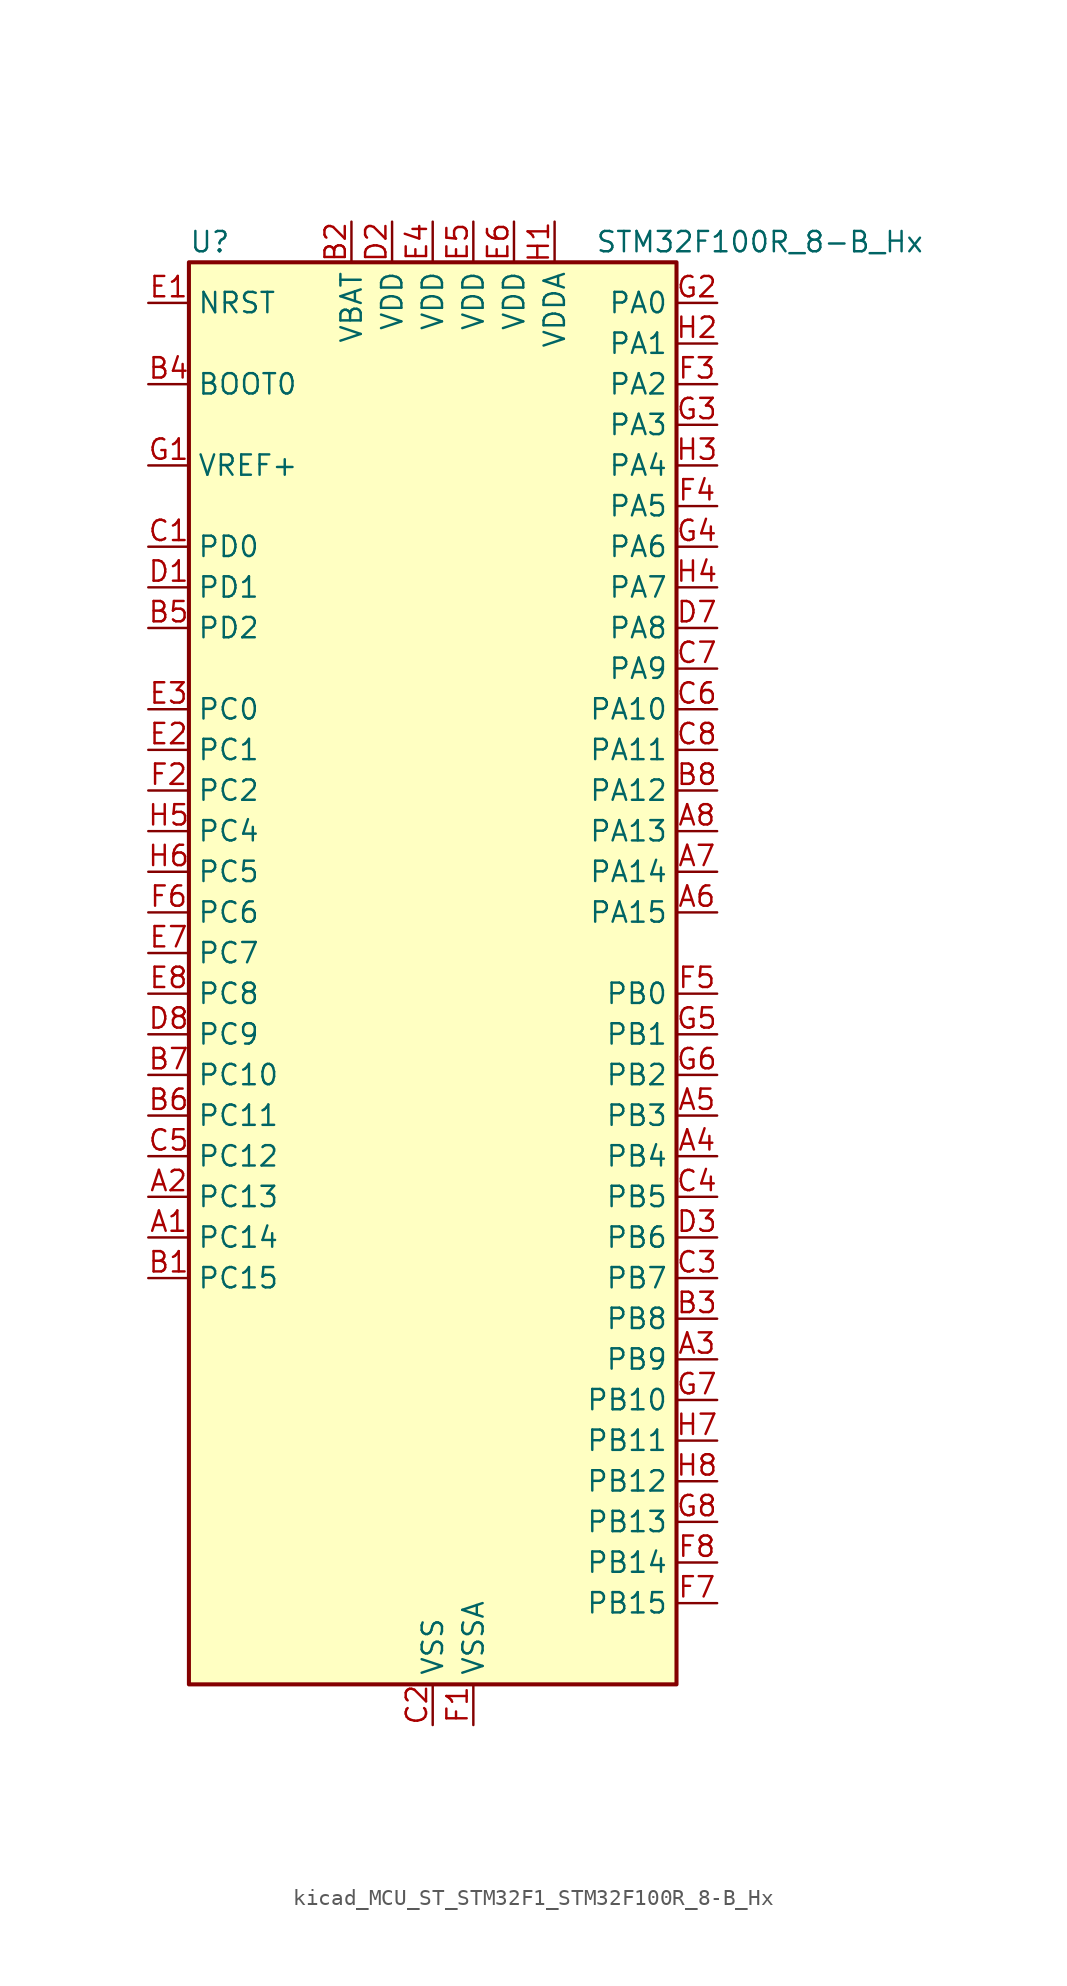
<source format=kicad_sym>
(kicad_symbol_lib
  (version 20220914)
  (generator kicad_symbol_editor)
  (symbol "kicad_MCU_ST_STM32F1_STM32F100R_8-B_Hx"
    (property "Reference" "U"
      (at -15.24 46.99 0)
      (effects (font (size 1.27 1.27)) (justify left)))
    (property "Value" "STM32F100R_8-B_Hx"
      (at 10.16 46.99 0)
      (effects (font (size 1.27 1.27)) (justify left)))
    (property "ki_locked" ""
      (at 0 0 0)
      (effects (font (size 1.27 1.27))))
    (symbol "kicad_MCU_ST_STM32F1_STM32F100R_8-B_Hx_0_1"
      (rectangle (start -15.24 -43.18) (end 15.24 45.72) (stroke (width 0.254) (type default)) (fill (type background))))
    (symbol "kicad_MCU_ST_STM32F1_STM32F100R_8-B_Hx_1_1"
      (pin bidirectional line (at -17.78 -15.24 0) (length 2.54) (name "PC14" (effects (font (size 1.27 1.27)))) (number "A1" (effects (font (size 1.27 1.27)))) (alternate "RCC_OSC32_IN" bidirectional line))
      (pin bidirectional line (at -17.78 -12.7 0) (length 2.54) (name "PC13" (effects (font (size 1.27 1.27)))) (number "A2" (effects (font (size 1.27 1.27)))) (alternate "RTC_OUT" bidirectional line) (alternate "RTC_TAMPER" bidirectional line))
      (pin bidirectional line (at 17.78 -22.86 180) (length 2.54) (name "PB9" (effects (font (size 1.27 1.27)))) (number "A3" (effects (font (size 1.27 1.27)))) (alternate "DAC_EXTI9" bidirectional line) (alternate "I2C1_SDA" bidirectional line) (alternate "TIM17_CH1" bidirectional line) (alternate "TIM4_CH4" bidirectional line))
      (pin bidirectional line (at 17.78 -10.16 180) (length 2.54) (name "PB4" (effects (font (size 1.27 1.27)))) (number "A4" (effects (font (size 1.27 1.27)))) (alternate "SPI1_MISO" bidirectional line) (alternate "SYS_NJTRST" bidirectional line) (alternate "TIM3_CH1" bidirectional line))
      (pin bidirectional line (at 17.78 -7.62 180) (length 2.54) (name "PB3" (effects (font (size 1.27 1.27)))) (number "A5" (effects (font (size 1.27 1.27)))) (alternate "SPI1_SCK" bidirectional line) (alternate "SYS_JTDO-TRACESWO" bidirectional line) (alternate "TIM2_CH2" bidirectional line))
      (pin bidirectional line (at 17.78 5.08 180) (length 2.54) (name "PA15" (effects (font (size 1.27 1.27)))) (number "A6" (effects (font (size 1.27 1.27)))) (alternate "ADC1_EXTI15" bidirectional line) (alternate "SPI1_NSS" bidirectional line) (alternate "SYS_JTDI" bidirectional line) (alternate "TIM2_CH1" bidirectional line) (alternate "TIM2_ETR" bidirectional line))
      (pin bidirectional line (at 17.78 7.62 180) (length 2.54) (name "PA14" (effects (font (size 1.27 1.27)))) (number "A7" (effects (font (size 1.27 1.27)))) (alternate "SYS_JTCK-SWCLK" bidirectional line))
      (pin bidirectional line (at 17.78 10.16 180) (length 2.54) (name "PA13" (effects (font (size 1.27 1.27)))) (number "A8" (effects (font (size 1.27 1.27)))) (alternate "SYS_JTMS-SWDIO" bidirectional line))
      (pin bidirectional line (at -17.78 -17.78 0) (length 2.54) (name "PC15" (effects (font (size 1.27 1.27)))) (number "B1" (effects (font (size 1.27 1.27)))) (alternate "ADC1_EXTI15" bidirectional line) (alternate "RCC_OSC32_OUT" bidirectional line))
      (pin power_in line (at -5.08 48.26 270) (length 2.54) (name "VBAT" (effects (font (size 1.27 1.27)))) (number "B2" (effects (font (size 1.27 1.27)))))
      (pin bidirectional line (at 17.78 -20.32 180) (length 2.54) (name "PB8" (effects (font (size 1.27 1.27)))) (number "B3" (effects (font (size 1.27 1.27)))) (alternate "CEC" bidirectional line) (alternate "I2C1_SCL" bidirectional line) (alternate "TIM16_CH1" bidirectional line) (alternate "TIM4_CH3" bidirectional line))
      (pin input line (at -17.78 38.1 0) (length 2.54) (name "BOOT0" (effects (font (size 1.27 1.27)))) (number "B4" (effects (font (size 1.27 1.27)))))
      (pin bidirectional line (at -17.78 22.86 0) (length 2.54) (name "PD2" (effects (font (size 1.27 1.27)))) (number "B5" (effects (font (size 1.27 1.27)))) (alternate "TIM3_ETR" bidirectional line))
      (pin bidirectional line (at -17.78 -7.62 0) (length 2.54) (name "PC11" (effects (font (size 1.27 1.27)))) (number "B6" (effects (font (size 1.27 1.27)))) (alternate "ADC1_EXTI11" bidirectional line) (alternate "USART3_RX" bidirectional line))
      (pin bidirectional line (at -17.78 -5.08 0) (length 2.54) (name "PC10" (effects (font (size 1.27 1.27)))) (number "B7" (effects (font (size 1.27 1.27)))) (alternate "USART3_TX" bidirectional line))
      (pin bidirectional line (at 17.78 12.7 180) (length 2.54) (name "PA12" (effects (font (size 1.27 1.27)))) (number "B8" (effects (font (size 1.27 1.27)))) (alternate "TIM1_ETR" bidirectional line) (alternate "USART1_RTS" bidirectional line))
      (pin bidirectional line (at -17.78 27.94 0) (length 2.54) (name "PD0" (effects (font (size 1.27 1.27)))) (number "C1" (effects (font (size 1.27 1.27)))) (alternate "RCC_OSC_IN" bidirectional line))
      (pin power_in line (at 0 -45.72 90) (length 2.54) (name "VSS" (effects (font (size 1.27 1.27)))) (number "C2" (effects (font (size 1.27 1.27)))))
      (pin bidirectional line (at 17.78 -17.78 180) (length 2.54) (name "PB7" (effects (font (size 1.27 1.27)))) (number "C3" (effects (font (size 1.27 1.27)))) (alternate "I2C1_SDA" bidirectional line) (alternate "TIM17_CH1N" bidirectional line) (alternate "TIM4_CH2" bidirectional line) (alternate "USART1_RX" bidirectional line))
      (pin bidirectional line (at 17.78 -12.7 180) (length 2.54) (name "PB5" (effects (font (size 1.27 1.27)))) (number "C4" (effects (font (size 1.27 1.27)))) (alternate "I2C1_SMBA" bidirectional line) (alternate "SPI1_MOSI" bidirectional line) (alternate "TIM16_BKIN" bidirectional line) (alternate "TIM3_CH2" bidirectional line))
      (pin bidirectional line (at -17.78 -10.16 0) (length 2.54) (name "PC12" (effects (font (size 1.27 1.27)))) (number "C5" (effects (font (size 1.27 1.27)))) (alternate "USART3_CK" bidirectional line))
      (pin bidirectional line (at 17.78 17.78 180) (length 2.54) (name "PA10" (effects (font (size 1.27 1.27)))) (number "C6" (effects (font (size 1.27 1.27)))) (alternate "TIM17_BKIN" bidirectional line) (alternate "TIM1_CH3" bidirectional line) (alternate "USART1_RX" bidirectional line))
      (pin bidirectional line (at 17.78 20.32 180) (length 2.54) (name "PA9" (effects (font (size 1.27 1.27)))) (number "C7" (effects (font (size 1.27 1.27)))) (alternate "DAC_EXTI9" bidirectional line) (alternate "TIM15_BKIN" bidirectional line) (alternate "TIM1_CH2" bidirectional line) (alternate "USART1_TX" bidirectional line))
      (pin bidirectional line (at 17.78 15.24 180) (length 2.54) (name "PA11" (effects (font (size 1.27 1.27)))) (number "C8" (effects (font (size 1.27 1.27)))) (alternate "ADC1_EXTI11" bidirectional line) (alternate "TIM1_CH4" bidirectional line) (alternate "USART1_CTS" bidirectional line))
      (pin bidirectional line (at -17.78 25.4 0) (length 2.54) (name "PD1" (effects (font (size 1.27 1.27)))) (number "D1" (effects (font (size 1.27 1.27)))) (alternate "RCC_OSC_OUT" bidirectional line))
      (pin power_in line (at -2.54 48.26 270) (length 2.54) (name "VDD" (effects (font (size 1.27 1.27)))) (number "D2" (effects (font (size 1.27 1.27)))))
      (pin bidirectional line (at 17.78 -15.24 180) (length 2.54) (name "PB6" (effects (font (size 1.27 1.27)))) (number "D3" (effects (font (size 1.27 1.27)))) (alternate "I2C1_SCL" bidirectional line) (alternate "TIM16_CH1N" bidirectional line) (alternate "TIM4_CH1" bidirectional line) (alternate "USART1_TX" bidirectional line))
      (pin passive line (at 0 -45.72 90) (length 2.54) hide (name "VSS" (effects (font (size 1.27 1.27)))) (number "D4" (effects (font (size 1.27 1.27)))))
      (pin passive line (at 0 -45.72 90) (length 2.54) hide (name "VSS" (effects (font (size 1.27 1.27)))) (number "D5" (effects (font (size 1.27 1.27)))))
      (pin passive line (at 0 -45.72 90) (length 2.54) hide (name "VSS" (effects (font (size 1.27 1.27)))) (number "D6" (effects (font (size 1.27 1.27)))))
      (pin bidirectional line (at 17.78 22.86 180) (length 2.54) (name "PA8" (effects (font (size 1.27 1.27)))) (number "D7" (effects (font (size 1.27 1.27)))) (alternate "RCC_MCO" bidirectional line) (alternate "TIM1_CH1" bidirectional line) (alternate "USART1_CK" bidirectional line))
      (pin bidirectional line (at -17.78 -2.54 0) (length 2.54) (name "PC9" (effects (font (size 1.27 1.27)))) (number "D8" (effects (font (size 1.27 1.27)))) (alternate "DAC_EXTI9" bidirectional line) (alternate "TIM3_CH4" bidirectional line))
      (pin input line (at -17.78 43.18 0) (length 2.54) (name "NRST" (effects (font (size 1.27 1.27)))) (number "E1" (effects (font (size 1.27 1.27)))))
      (pin bidirectional line (at -17.78 15.24 0) (length 2.54) (name "PC1" (effects (font (size 1.27 1.27)))) (number "E2" (effects (font (size 1.27 1.27)))) (alternate "ADC1_IN11" bidirectional line))
      (pin bidirectional line (at -17.78 17.78 0) (length 2.54) (name "PC0" (effects (font (size 1.27 1.27)))) (number "E3" (effects (font (size 1.27 1.27)))) (alternate "ADC1_IN10" bidirectional line))
      (pin power_in line (at 0 48.26 270) (length 2.54) (name "VDD" (effects (font (size 1.27 1.27)))) (number "E4" (effects (font (size 1.27 1.27)))))
      (pin power_in line (at 2.54 48.26 270) (length 2.54) (name "VDD" (effects (font (size 1.27 1.27)))) (number "E5" (effects (font (size 1.27 1.27)))))
      (pin power_in line (at 5.08 48.26 270) (length 2.54) (name "VDD" (effects (font (size 1.27 1.27)))) (number "E6" (effects (font (size 1.27 1.27)))))
      (pin bidirectional line (at -17.78 2.54 0) (length 2.54) (name "PC7" (effects (font (size 1.27 1.27)))) (number "E7" (effects (font (size 1.27 1.27)))) (alternate "TIM3_CH2" bidirectional line))
      (pin bidirectional line (at -17.78 0 0) (length 2.54) (name "PC8" (effects (font (size 1.27 1.27)))) (number "E8" (effects (font (size 1.27 1.27)))) (alternate "TIM3_CH3" bidirectional line))
      (pin power_in line (at 2.54 -45.72 90) (length 2.54) (name "VSSA" (effects (font (size 1.27 1.27)))) (number "F1" (effects (font (size 1.27 1.27)))))
      (pin bidirectional line (at -17.78 12.7 0) (length 2.54) (name "PC2" (effects (font (size 1.27 1.27)))) (number "F2" (effects (font (size 1.27 1.27)))) (alternate "ADC1_IN12" bidirectional line))
      (pin bidirectional line (at 17.78 38.1 180) (length 2.54) (name "PA2" (effects (font (size 1.27 1.27)))) (number "F3" (effects (font (size 1.27 1.27)))) (alternate "ADC1_IN2" bidirectional line) (alternate "TIM15_CH1" bidirectional line) (alternate "TIM2_CH3" bidirectional line) (alternate "USART2_TX" bidirectional line))
      (pin bidirectional line (at 17.78 30.48 180) (length 2.54) (name "PA5" (effects (font (size 1.27 1.27)))) (number "F4" (effects (font (size 1.27 1.27)))) (alternate "ADC1_IN5" bidirectional line) (alternate "DAC_OUT2" bidirectional line) (alternate "SPI1_SCK" bidirectional line))
      (pin bidirectional line (at 17.78 0 180) (length 2.54) (name "PB0" (effects (font (size 1.27 1.27)))) (number "F5" (effects (font (size 1.27 1.27)))) (alternate "ADC1_IN8" bidirectional line) (alternate "TIM1_CH2N" bidirectional line) (alternate "TIM3_CH3" bidirectional line))
      (pin bidirectional line (at -17.78 5.08 0) (length 2.54) (name "PC6" (effects (font (size 1.27 1.27)))) (number "F6" (effects (font (size 1.27 1.27)))) (alternate "TIM3_CH1" bidirectional line))
      (pin bidirectional line (at 17.78 -38.1 180) (length 2.54) (name "PB15" (effects (font (size 1.27 1.27)))) (number "F7" (effects (font (size 1.27 1.27)))) (alternate "ADC1_EXTI15" bidirectional line) (alternate "SPI2_MOSI" bidirectional line) (alternate "TIM15_CH1N" bidirectional line) (alternate "TIM15_CH2" bidirectional line) (alternate "TIM1_CH3N" bidirectional line))
      (pin bidirectional line (at 17.78 -35.56 180) (length 2.54) (name "PB14" (effects (font (size 1.27 1.27)))) (number "F8" (effects (font (size 1.27 1.27)))) (alternate "SPI2_MISO" bidirectional line) (alternate "TIM15_CH1" bidirectional line) (alternate "TIM1_CH2N" bidirectional line) (alternate "USART3_RTS" bidirectional line))
      (pin input line (at -17.78 33.02 0) (length 2.54) (name "VREF+" (effects (font (size 1.27 1.27)))) (number "G1" (effects (font (size 1.27 1.27)))))
      (pin bidirectional line (at 17.78 43.18 180) (length 2.54) (name "PA0" (effects (font (size 1.27 1.27)))) (number "G2" (effects (font (size 1.27 1.27)))) (alternate "ADC1_IN0" bidirectional line) (alternate "SYS_WKUP" bidirectional line) (alternate "TIM2_CH1" bidirectional line) (alternate "TIM2_ETR" bidirectional line) (alternate "USART2_CTS" bidirectional line))
      (pin bidirectional line (at 17.78 35.56 180) (length 2.54) (name "PA3" (effects (font (size 1.27 1.27)))) (number "G3" (effects (font (size 1.27 1.27)))) (alternate "ADC1_IN3" bidirectional line) (alternate "TIM15_CH2" bidirectional line) (alternate "TIM2_CH4" bidirectional line) (alternate "USART2_RX" bidirectional line))
      (pin bidirectional line (at 17.78 27.94 180) (length 2.54) (name "PA6" (effects (font (size 1.27 1.27)))) (number "G4" (effects (font (size 1.27 1.27)))) (alternate "ADC1_IN6" bidirectional line) (alternate "SPI1_MISO" bidirectional line) (alternate "TIM16_CH1" bidirectional line) (alternate "TIM1_BKIN" bidirectional line) (alternate "TIM3_CH1" bidirectional line))
      (pin bidirectional line (at 17.78 -2.54 180) (length 2.54) (name "PB1" (effects (font (size 1.27 1.27)))) (number "G5" (effects (font (size 1.27 1.27)))) (alternate "ADC1_IN9" bidirectional line) (alternate "TIM1_CH3N" bidirectional line) (alternate "TIM3_CH4" bidirectional line))
      (pin bidirectional line (at 17.78 -5.08 180) (length 2.54) (name "PB2" (effects (font (size 1.27 1.27)))) (number "G6" (effects (font (size 1.27 1.27)))))
      (pin bidirectional line (at 17.78 -25.4 180) (length 2.54) (name "PB10" (effects (font (size 1.27 1.27)))) (number "G7" (effects (font (size 1.27 1.27)))) (alternate "CEC" bidirectional line) (alternate "I2C2_SCL" bidirectional line) (alternate "TIM2_CH3" bidirectional line) (alternate "USART3_TX" bidirectional line))
      (pin bidirectional line (at 17.78 -33.02 180) (length 2.54) (name "PB13" (effects (font (size 1.27 1.27)))) (number "G8" (effects (font (size 1.27 1.27)))) (alternate "SPI2_SCK" bidirectional line) (alternate "TIM1_CH1N" bidirectional line) (alternate "USART3_CTS" bidirectional line))
      (pin power_in line (at 7.62 48.26 270) (length 2.54) (name "VDDA" (effects (font (size 1.27 1.27)))) (number "H1" (effects (font (size 1.27 1.27)))))
      (pin bidirectional line (at 17.78 40.64 180) (length 2.54) (name "PA1" (effects (font (size 1.27 1.27)))) (number "H2" (effects (font (size 1.27 1.27)))) (alternate "ADC1_IN1" bidirectional line) (alternate "TIM2_CH2" bidirectional line) (alternate "USART2_RTS" bidirectional line))
      (pin bidirectional line (at 17.78 33.02 180) (length 2.54) (name "PA4" (effects (font (size 1.27 1.27)))) (number "H3" (effects (font (size 1.27 1.27)))) (alternate "ADC1_IN4" bidirectional line) (alternate "DAC_OUT1" bidirectional line) (alternate "SPI1_NSS" bidirectional line) (alternate "USART2_CK" bidirectional line))
      (pin bidirectional line (at 17.78 25.4 180) (length 2.54) (name "PA7" (effects (font (size 1.27 1.27)))) (number "H4" (effects (font (size 1.27 1.27)))) (alternate "ADC1_IN7" bidirectional line) (alternate "SPI1_MOSI" bidirectional line) (alternate "TIM17_CH1" bidirectional line) (alternate "TIM1_CH1N" bidirectional line) (alternate "TIM3_CH2" bidirectional line))
      (pin bidirectional line (at -17.78 10.16 0) (length 2.54) (name "PC4" (effects (font (size 1.27 1.27)))) (number "H5" (effects (font (size 1.27 1.27)))) (alternate "ADC1_IN14" bidirectional line))
      (pin bidirectional line (at -17.78 7.62 0) (length 2.54) (name "PC5" (effects (font (size 1.27 1.27)))) (number "H6" (effects (font (size 1.27 1.27)))) (alternate "ADC1_IN15" bidirectional line))
      (pin bidirectional line (at 17.78 -27.94 180) (length 2.54) (name "PB11" (effects (font (size 1.27 1.27)))) (number "H7" (effects (font (size 1.27 1.27)))) (alternate "ADC1_EXTI11" bidirectional line) (alternate "I2C2_SDA" bidirectional line) (alternate "TIM2_CH4" bidirectional line) (alternate "USART3_RX" bidirectional line))
      (pin bidirectional line (at 17.78 -30.48 180) (length 2.54) (name "PB12" (effects (font (size 1.27 1.27)))) (number "H8" (effects (font (size 1.27 1.27)))) (alternate "I2C2_SMBA" bidirectional line) (alternate "SPI2_NSS" bidirectional line) (alternate "TIM1_BKIN" bidirectional line) (alternate "USART3_CK" bidirectional line)))))
</source>
